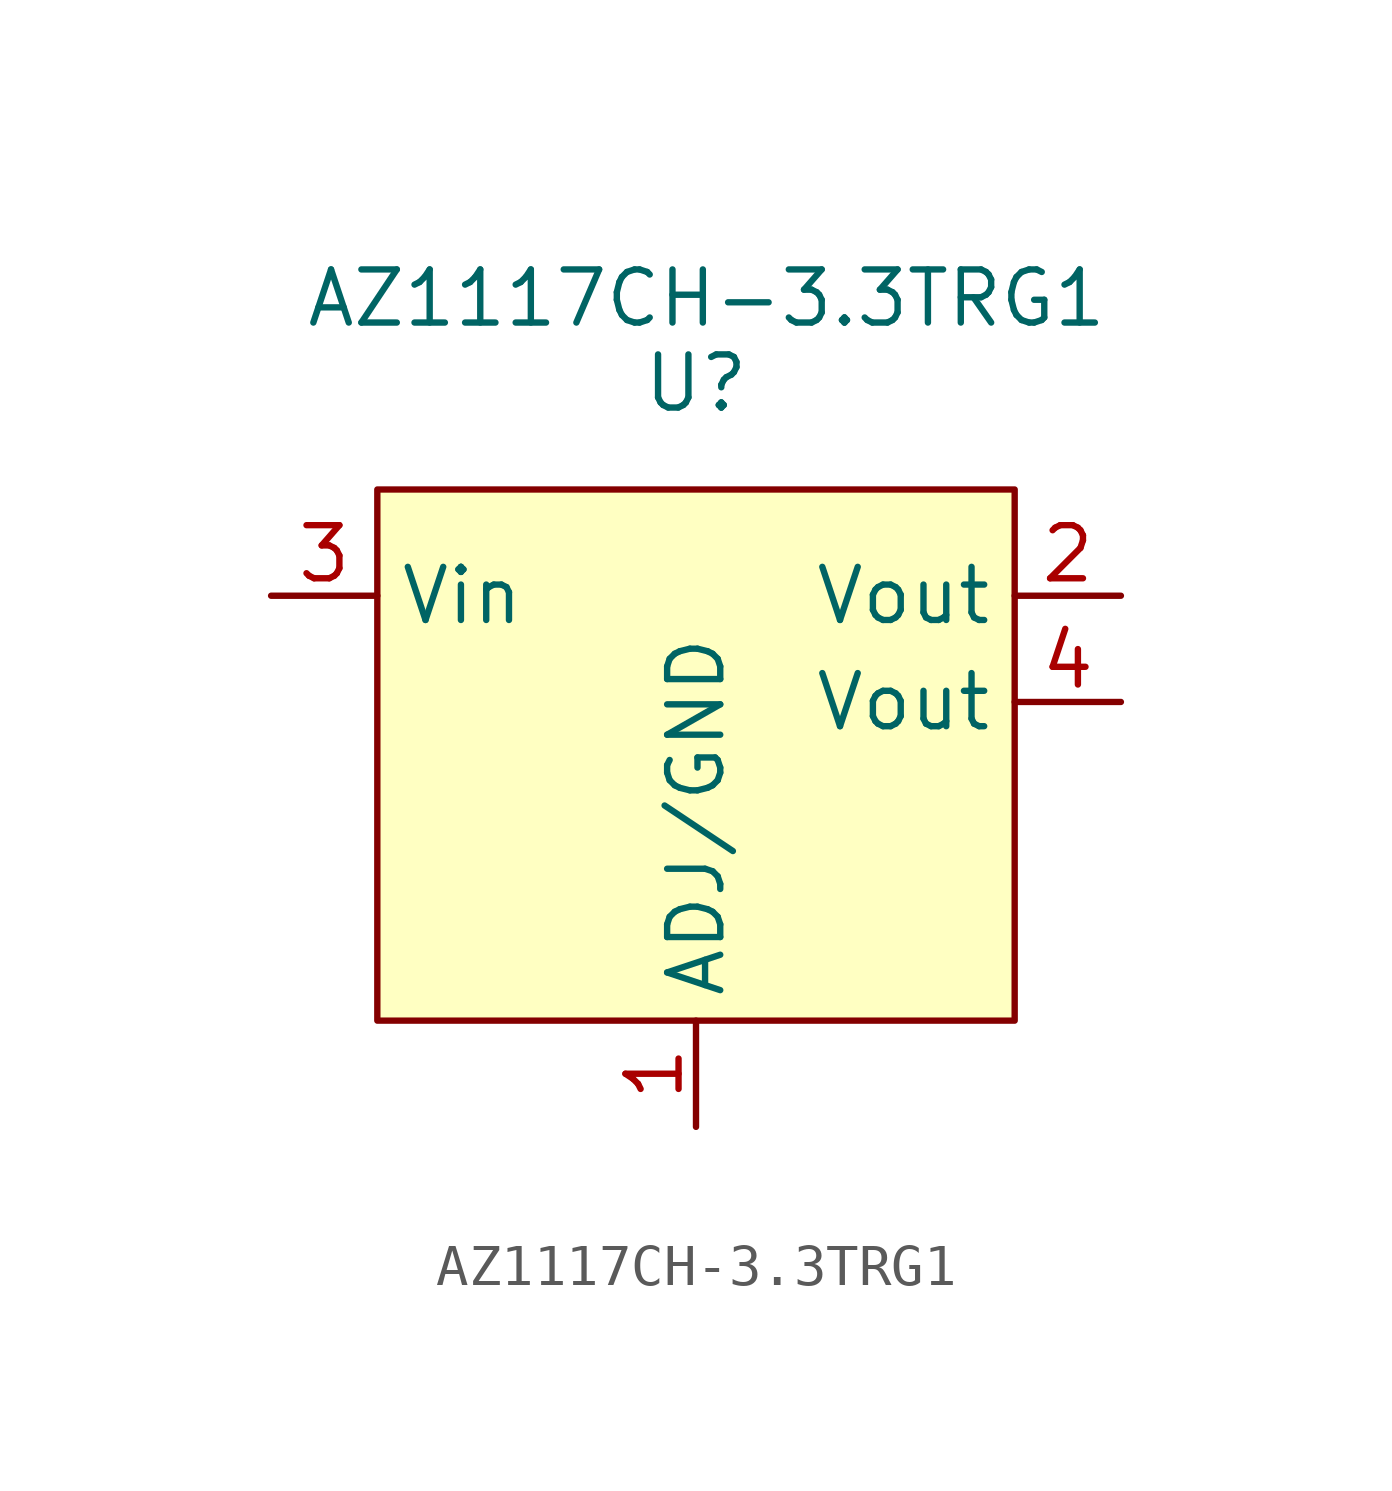
<source format=kicad_sym>
(kicad_symbol_lib
  (version 20241209)
  (generator "kicad_symbol_editor")
  (generator_version "9.0")
  (symbol "AZ1117CH-3.3TRG1"
    (property "Reference" "U"
      (at 0 10.16 0)
      (effects (font (size 1.27 1.27))))
    (property "Value" "AZ1117CH-3.3TRG1"
      (at 0.254 12.192 0)
      (effects (font (size 1.27 1.27))))
    (symbol "AZ1117CH-3.3TRG1_0_1"
      (rectangle (start -7.62 7.62) (end 7.62 -5.08) (stroke (width 0) (type default)) (fill (type background)))
      (pin power_in line (at -10.16 5.08 0) (length 2.54) (name "Vin" (effects (font (size 1.27 1.27)))) (number "3" (effects (font (size 1.27 1.27)))))
      (pin unspecified line (at 0 -7.62 90) (length 2.54) (name "ADJ/GND" (effects (font (size 1.27 1.27)))) (number "1" (effects (font (size 1.27 1.27)))))
      (pin unspecified line (at 10.16 5.08 180) (length 2.54) (name "Vout" (effects (font (size 1.27 1.27)))) (number "2" (effects (font (size 1.27 1.27)))))
      (pin unspecified line (at 10.16 2.54 180) (length 2.54) (name "Vout" (effects (font (size 1.27 1.27)))) (number "4" (effects (font (size 1.27 1.27))))))))
</source>
